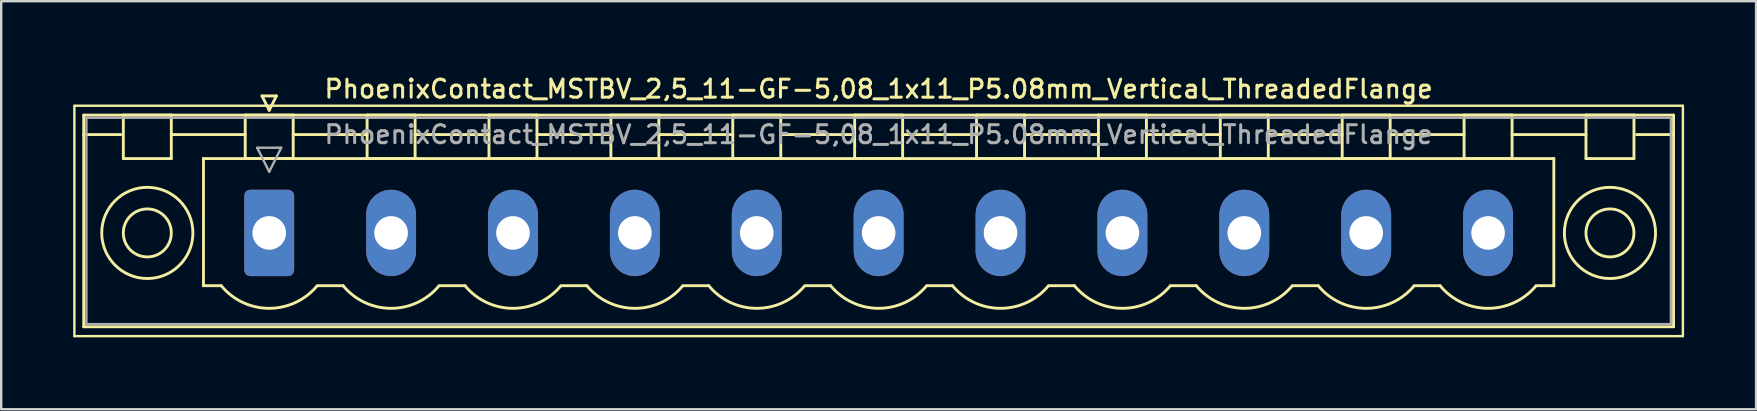
<source format=kicad_pcb>
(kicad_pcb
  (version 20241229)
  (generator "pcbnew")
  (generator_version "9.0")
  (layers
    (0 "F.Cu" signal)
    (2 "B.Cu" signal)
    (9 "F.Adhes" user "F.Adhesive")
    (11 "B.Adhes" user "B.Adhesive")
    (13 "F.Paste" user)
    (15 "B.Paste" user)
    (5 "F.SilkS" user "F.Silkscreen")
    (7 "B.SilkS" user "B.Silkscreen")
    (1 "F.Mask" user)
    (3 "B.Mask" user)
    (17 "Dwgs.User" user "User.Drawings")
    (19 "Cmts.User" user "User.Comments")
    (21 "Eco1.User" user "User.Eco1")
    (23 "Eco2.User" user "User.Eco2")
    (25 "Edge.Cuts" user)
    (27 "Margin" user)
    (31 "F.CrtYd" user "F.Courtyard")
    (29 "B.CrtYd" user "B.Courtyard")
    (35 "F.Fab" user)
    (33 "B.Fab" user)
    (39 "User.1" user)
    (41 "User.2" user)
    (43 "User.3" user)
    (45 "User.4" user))
  (footprint "PhoenixContact_MSTBV_2,5_11-GF-5,08_1x11_P5.08mm_Vertical_ThreadedFlange"
    (layer "F.Cu")
    (at 8.17 6.658)
    (property "Reference" "PhoenixContact_MSTBV_2,5_11-GF-5,08_1x11_P5.08mm_Vertical_ThreadedFlange" (at 25.4 -6 0) (layer "F.SilkS") (effects (font (size 0.75 0.75) (thickness 0.125))))
    (attr through_hole)
    (fp_line (start -8.12 -5.3) (end -8.12 4.3) (stroke (width 0.1) (type solid)) (layer "F.SilkS"))
    (fp_line (start -8.12 4.3) (end 58.92 4.3) (stroke (width 0.1) (type solid)) (layer "F.SilkS"))
    (fp_line (start -7.73 -4.91) (end -7.73 3.91) (stroke (width 0.12) (type solid)) (layer "F.SilkS"))
    (fp_line (start -7.73 -4.1) (end -6.19 -4.1) (stroke (width 0.12) (type solid)) (layer "F.SilkS"))
    (fp_line (start -7.73 3.91) (end 58.53 3.91) (stroke (width 0.12) (type solid)) (layer "F.SilkS"))
    (fp_line (start -6.08 -4.91) (end -4.08 -4.91) (stroke (width 0.12) (type solid)) (layer "F.SilkS"))
    (fp_line (start -6.08 -3.1) (end -6.08 -4.91) (stroke (width 0.12) (type solid)) (layer "F.SilkS"))
    (fp_line (start -4.08 -4.91) (end -4.08 -3.1) (stroke (width 0.12) (type solid)) (layer "F.SilkS"))
    (fp_line (start -4.08 -4.1) (end -1 -4.1) (stroke (width 0.12) (type solid)) (layer "F.SilkS"))
    (fp_line (start -4.08 -3.1) (end -6.08 -3.1) (stroke (width 0.12) (type solid)) (layer "F.SilkS"))
    (fp_line (start -2.74 -3.1) (end 53.54 -3.1) (stroke (width 0.12) (type solid)) (layer "F.SilkS"))
    (fp_line (start -2.74 2.2) (end -2.74 -3.1) (stroke (width 0.12) (type solid)) (layer "F.SilkS"))
    (fp_line (start -2 2.2) (end -2.74 2.2) (stroke (width 0.12) (type solid)) (layer "F.SilkS"))
    (fp_line (start -1 -4.91) (end 1 -4.91) (stroke (width 0.12) (type solid)) (layer "F.SilkS"))
    (fp_line (start -1 -3.1) (end -1 -4.91) (stroke (width 0.12) (type solid)) (layer "F.SilkS"))
    (fp_line (start -0.3 -5.71) (end 0.3 -5.71) (stroke (width 0.12) (type solid)) (layer "F.SilkS"))
    (fp_line (start 0 -5.11) (end -0.3 -5.71) (stroke (width 0.12) (type solid)) (layer "F.SilkS"))
    (fp_line (start 0.3 -5.71) (end 0 -5.11) (stroke (width 0.12) (type solid)) (layer "F.SilkS"))
    (fp_line (start 1 -4.91) (end 1 -3.1) (stroke (width 0.12) (type solid)) (layer "F.SilkS"))
    (fp_line (start 1 -4.1) (end 4.08 -4.1) (stroke (width 0.12) (type solid)) (layer "F.SilkS"))
    (fp_line (start 1 -3.1) (end -1 -3.1) (stroke (width 0.12) (type solid)) (layer "F.SilkS"))
    (fp_line (start 2 2.2) (end 3.08 2.2) (stroke (width 0.12) (type solid)) (layer "F.SilkS"))
    (fp_line (start 4.08 -4.91) (end 6.08 -4.91) (stroke (width 0.12) (type solid)) (layer "F.SilkS"))
    (fp_line (start 4.08 -3.1) (end 4.08 -4.91) (stroke (width 0.12) (type solid)) (layer "F.SilkS"))
    (fp_line (start 6.08 -4.91) (end 6.08 -3.1) (stroke (width 0.12) (type solid)) (layer "F.SilkS"))
    (fp_line (start 6.08 -4.1) (end 9.16 -4.1) (stroke (width 0.12) (type solid)) (layer "F.SilkS"))
    (fp_line (start 6.08 -3.1) (end 4.08 -3.1) (stroke (width 0.12) (type solid)) (layer "F.SilkS"))
    (fp_line (start 7.08 2.2) (end 8.16 2.2) (stroke (width 0.12) (type solid)) (layer "F.SilkS"))
    (fp_line (start 9.16 -4.91) (end 11.16 -4.91) (stroke (width 0.12) (type solid)) (layer "F.SilkS"))
    (fp_line (start 9.16 -3.1) (end 9.16 -4.91) (stroke (width 0.12) (type solid)) (layer "F.SilkS"))
    (fp_line (start 11.16 -4.91) (end 11.16 -3.1) (stroke (width 0.12) (type solid)) (layer "F.SilkS"))
    (fp_line (start 11.16 -4.1) (end 14.24 -4.1) (stroke (width 0.12) (type solid)) (layer "F.SilkS"))
    (fp_line (start 11.16 -3.1) (end 9.16 -3.1) (stroke (width 0.12) (type solid)) (layer "F.SilkS"))
    (fp_line (start 12.16 2.2) (end 13.24 2.2) (stroke (width 0.12) (type solid)) (layer "F.SilkS"))
    (fp_line (start 14.24 -4.91) (end 16.24 -4.91) (stroke (width 0.12) (type solid)) (layer "F.SilkS"))
    (fp_line (start 14.24 -3.1) (end 14.24 -4.91) (stroke (width 0.12) (type solid)) (layer "F.SilkS"))
    (fp_line (start 16.24 -4.91) (end 16.24 -3.1) (stroke (width 0.12) (type solid)) (layer "F.SilkS"))
    (fp_line (start 16.24 -4.1) (end 19.32 -4.1) (stroke (width 0.12) (type solid)) (layer "F.SilkS"))
    (fp_line (start 16.24 -3.1) (end 14.24 -3.1) (stroke (width 0.12) (type solid)) (layer "F.SilkS"))
    (fp_line (start 17.24 2.2) (end 18.32 2.2) (stroke (width 0.12) (type solid)) (layer "F.SilkS"))
    (fp_line (start 19.32 -4.91) (end 21.32 -4.91) (stroke (width 0.12) (type solid)) (layer "F.SilkS"))
    (fp_line (start 19.32 -3.1) (end 19.32 -4.91) (stroke (width 0.12) (type solid)) (layer "F.SilkS"))
    (fp_line (start 21.32 -4.91) (end 21.32 -3.1) (stroke (width 0.12) (type solid)) (layer "F.SilkS"))
    (fp_line (start 21.32 -4.1) (end 24.4 -4.1) (stroke (width 0.12) (type solid)) (layer "F.SilkS"))
    (fp_line (start 21.32 -3.1) (end 19.32 -3.1) (stroke (width 0.12) (type solid)) (layer "F.SilkS"))
    (fp_line (start 22.32 2.2) (end 23.4 2.2) (stroke (width 0.12) (type solid)) (layer "F.SilkS"))
    (fp_line (start 24.4 -4.91) (end 26.4 -4.91) (stroke (width 0.12) (type solid)) (layer "F.SilkS"))
    (fp_line (start 24.4 -3.1) (end 24.4 -4.91) (stroke (width 0.12) (type solid)) (layer "F.SilkS"))
    (fp_line (start 26.4 -4.91) (end 26.4 -3.1) (stroke (width 0.12) (type solid)) (layer "F.SilkS"))
    (fp_line (start 26.4 -4.1) (end 29.48 -4.1) (stroke (width 0.12) (type solid)) (layer "F.SilkS"))
    (fp_line (start 26.4 -3.1) (end 24.4 -3.1) (stroke (width 0.12) (type solid)) (layer "F.SilkS"))
    (fp_line (start 27.4 2.2) (end 28.48 2.2) (stroke (width 0.12) (type solid)) (layer "F.SilkS"))
    (fp_line (start 29.48 -4.91) (end 31.48 -4.91) (stroke (width 0.12) (type solid)) (layer "F.SilkS"))
    (fp_line (start 29.48 -3.1) (end 29.48 -4.91) (stroke (width 0.12) (type solid)) (layer "F.SilkS"))
    (fp_line (start 31.48 -4.91) (end 31.48 -3.1) (stroke (width 0.12) (type solid)) (layer "F.SilkS"))
    (fp_line (start 31.48 -4.1) (end 34.56 -4.1) (stroke (width 0.12) (type solid)) (layer "F.SilkS"))
    (fp_line (start 31.48 -3.1) (end 29.48 -3.1) (stroke (width 0.12) (type solid)) (layer "F.SilkS"))
    (fp_line (start 32.48 2.2) (end 33.56 2.2) (stroke (width 0.12) (type solid)) (layer "F.SilkS"))
    (fp_line (start 34.56 -4.91) (end 36.56 -4.91) (stroke (width 0.12) (type solid)) (layer "F.SilkS"))
    (fp_line (start 34.56 -3.1) (end 34.56 -4.91) (stroke (width 0.12) (type solid)) (layer "F.SilkS"))
    (fp_line (start 36.56 -4.91) (end 36.56 -3.1) (stroke (width 0.12) (type solid)) (layer "F.SilkS"))
    (fp_line (start 36.56 -4.1) (end 39.64 -4.1) (stroke (width 0.12) (type solid)) (layer "F.SilkS"))
    (fp_line (start 36.56 -3.1) (end 34.56 -3.1) (stroke (width 0.12) (type solid)) (layer "F.SilkS"))
    (fp_line (start 37.56 2.2) (end 38.64 2.2) (stroke (width 0.12) (type solid)) (layer "F.SilkS"))
    (fp_line (start 39.64 -4.91) (end 41.64 -4.91) (stroke (width 0.12) (type solid)) (layer "F.SilkS"))
    (fp_line (start 39.64 -3.1) (end 39.64 -4.91) (stroke (width 0.12) (type solid)) (layer "F.SilkS"))
    (fp_line (start 41.64 -4.91) (end 41.64 -3.1) (stroke (width 0.12) (type solid)) (layer "F.SilkS"))
    (fp_line (start 41.64 -4.1) (end 44.72 -4.1) (stroke (width 0.12) (type solid)) (layer "F.SilkS"))
    (fp_line (start 41.64 -3.1) (end 39.64 -3.1) (stroke (width 0.12) (type solid)) (layer "F.SilkS"))
    (fp_line (start 42.64 2.2) (end 43.72 2.2) (stroke (width 0.12) (type solid)) (layer "F.SilkS"))
    (fp_line (start 44.72 -4.91) (end 46.72 -4.91) (stroke (width 0.12) (type solid)) (layer "F.SilkS"))
    (fp_line (start 44.72 -3.1) (end 44.72 -4.91) (stroke (width 0.12) (type solid)) (layer "F.SilkS"))
    (fp_line (start 46.72 -4.91) (end 46.72 -3.1) (stroke (width 0.12) (type solid)) (layer "F.SilkS"))
    (fp_line (start 46.72 -4.1) (end 49.8 -4.1) (stroke (width 0.12) (type solid)) (layer "F.SilkS"))
    (fp_line (start 46.72 -3.1) (end 44.72 -3.1) (stroke (width 0.12) (type solid)) (layer "F.SilkS"))
    (fp_line (start 47.72 2.2) (end 48.8 2.2) (stroke (width 0.12) (type solid)) (layer "F.SilkS"))
    (fp_line (start 49.8 -4.91) (end 51.8 -4.91) (stroke (width 0.12) (type solid)) (layer "F.SilkS"))
    (fp_line (start 49.8 -3.1) (end 49.8 -4.91) (stroke (width 0.12) (type solid)) (layer "F.SilkS"))
    (fp_line (start 51.8 -4.91) (end 51.8 -3.1) (stroke (width 0.12) (type solid)) (layer "F.SilkS"))
    (fp_line (start 51.8 -4.1) (end 54.88 -4.1) (stroke (width 0.12) (type solid)) (layer "F.SilkS"))
    (fp_line (start 51.8 -3.1) (end 49.8 -3.1) (stroke (width 0.12) (type solid)) (layer "F.SilkS"))
    (fp_line (start 53.54 -3.1) (end 53.54 2.2) (stroke (width 0.12) (type solid)) (layer "F.SilkS"))
    (fp_line (start 53.54 2.2) (end 52.8 2.2) (stroke (width 0.12) (type solid)) (layer "F.SilkS"))
    (fp_line (start 54.88 -4.91) (end 56.88 -4.91) (stroke (width 0.12) (type solid)) (layer "F.SilkS"))
    (fp_line (start 54.88 -3.1) (end 54.88 -4.91) (stroke (width 0.12) (type solid)) (layer "F.SilkS"))
    (fp_line (start 56.88 -4.91) (end 56.88 -3.1) (stroke (width 0.12) (type solid)) (layer "F.SilkS"))
    (fp_line (start 56.88 -3.1) (end 54.88 -3.1) (stroke (width 0.12) (type solid)) (layer "F.SilkS"))
    (fp_line (start 58.53 -4.91) (end -7.73 -4.91) (stroke (width 0.12) (type solid)) (layer "F.SilkS"))
    (fp_line (start 58.53 -4.1) (end 56.99 -4.1) (stroke (width 0.12) (type solid)) (layer "F.SilkS"))
    (fp_line (start 58.53 3.91) (end 58.53 -4.91) (stroke (width 0.12) (type solid)) (layer "F.SilkS"))
    (fp_line (start 58.92 -5.3) (end -8.12 -5.3) (stroke (width 0.1) (type solid)) (layer "F.SilkS"))
    (fp_line (start 58.92 4.3) (end 58.92 -5.3) (stroke (width 0.1) (type solid)) (layer "F.SilkS"))
    (fp_arc (start 1.986842 2.215821) (mid -0.010289 3.142758) (end -2 2.2) (stroke (width 0.12) (type solid)) (layer "F.SilkS"))
    (fp_arc (start 7.066842 2.215821) (mid 5.069711 3.142758) (end 3.08 2.2) (stroke (width 0.12) (type solid)) (layer "F.SilkS"))
    (fp_arc (start 12.146842 2.215821) (mid 10.149711 3.142758) (end 8.16 2.2) (stroke (width 0.12) (type solid)) (layer "F.SilkS"))
    (fp_arc (start 17.226842 2.215821) (mid 15.229711 3.142758) (end 13.24 2.2) (stroke (width 0.12) (type solid)) (layer "F.SilkS"))
    (fp_arc (start 22.306842 2.215821) (mid 20.309711 3.142758) (end 18.32 2.2) (stroke (width 0.12) (type solid)) (layer "F.SilkS"))
    (fp_arc (start 27.386842 2.215821) (mid 25.389711 3.142758) (end 23.4 2.2) (stroke (width 0.12) (type solid)) (layer "F.SilkS"))
    (fp_arc (start 32.466842 2.215821) (mid 30.469711 3.142758) (end 28.48 2.2) (stroke (width 0.12) (type solid)) (layer "F.SilkS"))
    (fp_arc (start 37.546842 2.215821) (mid 35.549711 3.142758) (end 33.56 2.2) (stroke (width 0.12) (type solid)) (layer "F.SilkS"))
    (fp_arc (start 42.626842 2.215821) (mid 40.629711 3.142758) (end 38.64 2.2) (stroke (width 0.12) (type solid)) (layer "F.SilkS"))
    (fp_arc (start 47.706842 2.215821) (mid 45.709711 3.142758) (end 43.72 2.2) (stroke (width 0.12) (type solid)) (layer "F.SilkS"))
    (fp_arc (start 52.786842 2.215821) (mid 50.789711 3.142758) (end 48.8 2.2) (stroke (width 0.12) (type solid)) (layer "F.SilkS"))
    (fp_circle (center -5.08 0) (end -4.08 0) (stroke (width 0.12) (type solid)) (fill no) (layer "F.SilkS"))
    (fp_circle (center -5.08 0) (end -3.18 0) (stroke (width 0.12) (type solid)) (fill no) (layer "F.SilkS"))
    (fp_circle (center 55.88 0) (end 56.88 0) (stroke (width 0.12) (type solid)) (fill no) (layer "F.SilkS"))
    (fp_circle (center 55.88 0) (end 57.78 0) (stroke (width 0.12) (type solid)) (fill no) (layer "F.SilkS"))
    (fp_line (start -7.62 -4.8) (end -7.62 3.8) (stroke (width 0.1) (type solid)) (layer "F.Fab"))
    (fp_line (start -7.62 3.8) (end 58.42 3.8) (stroke (width 0.1) (type solid)) (layer "F.Fab"))
    (fp_line (start -0.5 -3.55) (end 0.5 -3.55) (stroke (width 0.1) (type solid)) (layer "F.Fab"))
    (fp_line (start 0 -2.55) (end -0.5 -3.55) (stroke (width 0.1) (type solid)) (layer "F.Fab"))
    (fp_line (start 0.5 -3.55) (end 0 -2.55) (stroke (width 0.1) (type solid)) (layer "F.Fab"))
    (fp_line (start 58.42 -4.8) (end -7.62 -4.8) (stroke (width 0.1) (type solid)) (layer "F.Fab"))
    (fp_line (start 58.42 3.8) (end 58.42 -4.8) (stroke (width 0.1) (type solid)) (layer "F.Fab"))
    (fp_text user "${REFERENCE}" (at 25.4 -4.1 0) (layer "F.Fab") (effects (font (size 0.75 0.75) (thickness 0.125))))
    (pad "1" thru_hole roundrect (at 0 0) (size 2.08 3.6) (drill 1.4) (layers "*.Cu" "*.Mask") (roundrect_rratio 0.12))
    (pad "2" thru_hole oval (at 5.08 0) (size 2.08 3.6) (drill 1.4) (layers "*.Cu" "*.Mask"))
    (pad "3" thru_hole oval (at 10.16 0) (size 2.08 3.6) (drill 1.4) (layers "*.Cu" "*.Mask"))
    (pad "4" thru_hole oval (at 15.24 0) (size 2.08 3.6) (drill 1.4) (layers "*.Cu" "*.Mask"))
    (pad "5" thru_hole oval (at 20.32 0) (size 2.08 3.6) (drill 1.4) (layers "*.Cu" "*.Mask"))
    (pad "6" thru_hole oval (at 25.4 0) (size 2.08 3.6) (drill 1.4) (layers "*.Cu" "*.Mask"))
    (pad "7" thru_hole oval (at 30.48 0) (size 2.08 3.6) (drill 1.4) (layers "*.Cu" "*.Mask"))
    (pad "8" thru_hole oval (at 35.56 0) (size 2.08 3.6) (drill 1.4) (layers "*.Cu" "*.Mask"))
    (pad "9" thru_hole oval (at 40.64 0) (size 2.08 3.6) (drill 1.4) (layers "*.Cu" "*.Mask"))
    (pad "10" thru_hole oval (at 45.72 0) (size 2.08 3.6) (drill 1.4) (layers "*.Cu" "*.Mask"))
    (pad "11" thru_hole oval (at 50.8 0) (size 2.08 3.6) (drill 1.4) (layers "*.Cu" "*.Mask")))
  (gr_rect
    (start -3 -3)
    (end 70.14 14.008)
    (stroke (width 0.1) (type default))
    (fill no)
    (layer "Edge.Cuts")))
</source>
